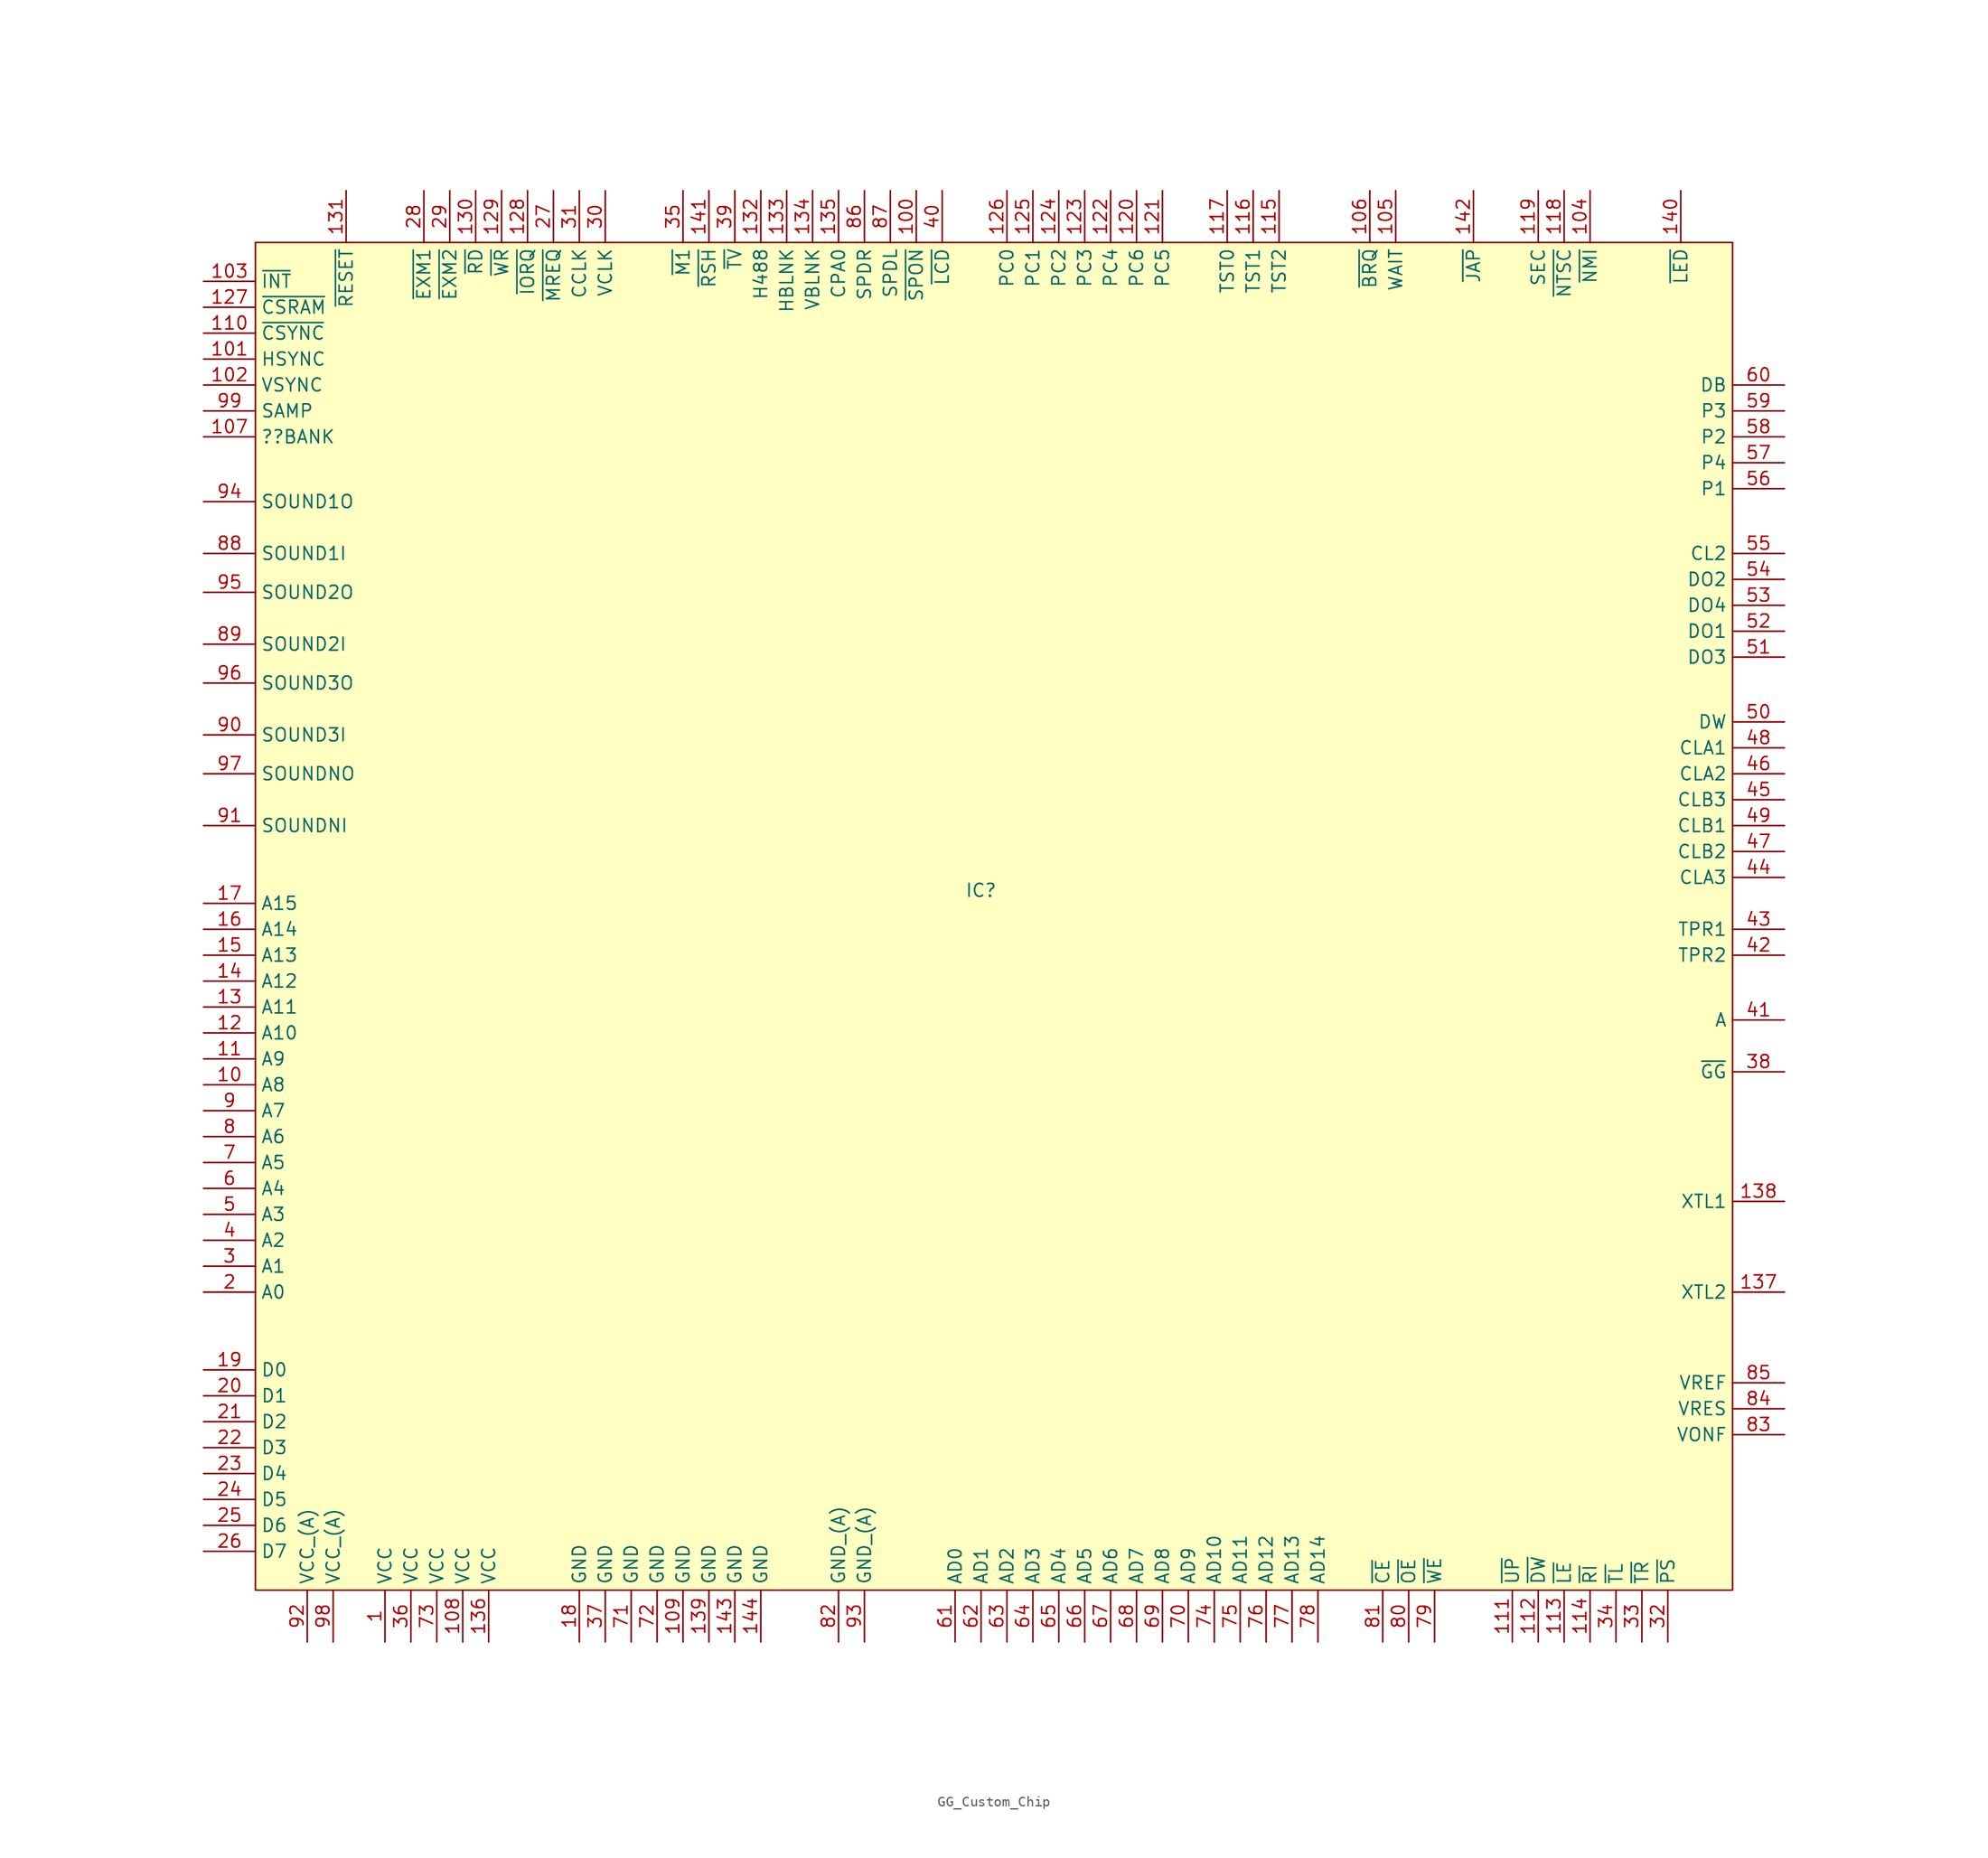
<source format=kicad_sym>
(kicad_symbol_lib
  (version 20220914)
  (generator kicad_symbol_editor)
  (symbol "GG_Custom_Chip"
    (property "Reference" "IC"
      (at -1.27 2.54 0)
      (effects (font (size 1.27 1.27))))
    (property "Value" ""
      (at -74.93 58.42 0)
      (effects (font (size 1.27 1.27))))
    (symbol "GG_Custom_Chip_0_1"
      (rectangle (start -72.39 66.04) (end 72.39 -66.04) (stroke (width 0) (type default)) (fill (type background))))
    (symbol "GG_Custom_Chip_1_1"
      (pin power_in line (at -59.69 -71.12 90) (length 5.08) (name "VCC" (effects (font (size 1.27 1.27)))) (number "1" (effects (font (size 1.27 1.27)))))
      (pin output line (at -77.47 -16.51 0) (length 5.08) (name "A8" (effects (font (size 1.27 1.27)))) (number "10" (effects (font (size 1.27 1.27)))))
      (pin input line (at -7.62 71.12 270) (length 5.08) (name "~{SPON}" (effects (font (size 1.27 1.27)))) (number "100" (effects (font (size 1.27 1.27)))))
      (pin output line (at -77.47 54.61 0) (length 5.08) (name "HSYNC" (effects (font (size 1.27 1.27)))) (number "101" (effects (font (size 1.27 1.27)))))
      (pin output line (at -77.47 52.07 0) (length 5.08) (name "VSYNC" (effects (font (size 1.27 1.27)))) (number "102" (effects (font (size 1.27 1.27)))))
      (pin input line (at -77.47 62.23 0) (length 5.08) (name "~{INT}" (effects (font (size 1.27 1.27)))) (number "103" (effects (font (size 1.27 1.27)))))
      (pin passive line (at 58.42 71.12 270) (length 5.08) (name "~{NMI}" (effects (font (size 1.27 1.27)))) (number "104" (effects (font (size 1.27 1.27)))))
      (pin input line (at 39.37 71.12 270) (length 5.08) (name "WAIT" (effects (font (size 1.27 1.27)))) (number "105" (effects (font (size 1.27 1.27)))))
      (pin input line (at 36.83 71.12 270) (length 5.08) (name "~{BRQ}" (effects (font (size 1.27 1.27)))) (number "106" (effects (font (size 1.27 1.27)))))
      (pin passive line (at -77.47 46.99 0) (length 5.08) (name "??BANK" (effects (font (size 1.27 1.27)))) (number "107" (effects (font (size 1.27 1.27)))))
      (pin power_in line (at -52.07 -71.12 90) (length 5.08) (name "VCC" (effects (font (size 1.27 1.27)))) (number "108" (effects (font (size 1.27 1.27)))))
      (pin power_in line (at -30.48 -71.12 90) (length 5.08) (name "GND" (effects (font (size 1.27 1.27)))) (number "109" (effects (font (size 1.27 1.27)))))
      (pin output line (at -77.47 -13.97 0) (length 5.08) (name "A9" (effects (font (size 1.27 1.27)))) (number "11" (effects (font (size 1.27 1.27)))))
      (pin output line (at -77.47 57.15 0) (length 5.08) (name "~{CSYNC}" (effects (font (size 1.27 1.27)))) (number "110" (effects (font (size 1.27 1.27)))))
      (pin input line (at 50.8 -71.12 90) (length 5.08) (name "~{UP}" (effects (font (size 1.27 1.27)))) (number "111" (effects (font (size 1.27 1.27)))))
      (pin input line (at 53.34 -71.12 90) (length 5.08) (name "~{DW}" (effects (font (size 1.27 1.27)))) (number "112" (effects (font (size 1.27 1.27)))))
      (pin input line (at 55.88 -71.12 90) (length 5.08) (name "~{LE}" (effects (font (size 1.27 1.27)))) (number "113" (effects (font (size 1.27 1.27)))))
      (pin input line (at 58.42 -71.12 90) (length 5.08) (name "~{RI}" (effects (font (size 1.27 1.27)))) (number "114" (effects (font (size 1.27 1.27)))))
      (pin input line (at 27.94 71.12 270) (length 5.08) (name "TST2" (effects (font (size 1.27 1.27)))) (number "115" (effects (font (size 1.27 1.27)))))
      (pin input line (at 25.4 71.12 270) (length 5.08) (name "TST1" (effects (font (size 1.27 1.27)))) (number "116" (effects (font (size 1.27 1.27)))))
      (pin input line (at 22.86 71.12 270) (length 5.08) (name "TST0" (effects (font (size 1.27 1.27)))) (number "117" (effects (font (size 1.27 1.27)))))
      (pin input line (at 55.88 71.12 270) (length 5.08) (name "~{NTSC}" (effects (font (size 1.27 1.27)))) (number "118" (effects (font (size 1.27 1.27)))))
      (pin input line (at 53.34 71.12 270) (length 5.08) (name "SEC" (effects (font (size 1.27 1.27)))) (number "119" (effects (font (size 1.27 1.27)))))
      (pin output line (at -77.47 -11.43 0) (length 5.08) (name "A10" (effects (font (size 1.27 1.27)))) (number "12" (effects (font (size 1.27 1.27)))))
      (pin bidirectional line (at 13.97 71.12 270) (length 5.08) (name "PC6" (effects (font (size 1.27 1.27)))) (number "120" (effects (font (size 1.27 1.27)))))
      (pin bidirectional line (at 16.51 71.12 270) (length 5.08) (name "PC5" (effects (font (size 1.27 1.27)))) (number "121" (effects (font (size 1.27 1.27)))))
      (pin bidirectional line (at 11.43 71.12 270) (length 5.08) (name "PC4" (effects (font (size 1.27 1.27)))) (number "122" (effects (font (size 1.27 1.27)))))
      (pin bidirectional line (at 8.89 71.12 270) (length 5.08) (name "PC3" (effects (font (size 1.27 1.27)))) (number "123" (effects (font (size 1.27 1.27)))))
      (pin bidirectional line (at 6.35 71.12 270) (length 5.08) (name "PC2" (effects (font (size 1.27 1.27)))) (number "124" (effects (font (size 1.27 1.27)))))
      (pin bidirectional line (at 3.81 71.12 270) (length 5.08) (name "PC1" (effects (font (size 1.27 1.27)))) (number "125" (effects (font (size 1.27 1.27)))))
      (pin bidirectional line (at 1.27 71.12 270) (length 5.08) (name "PC0" (effects (font (size 1.27 1.27)))) (number "126" (effects (font (size 1.27 1.27)))))
      (pin output line (at -77.47 59.69 0) (length 5.08) (name "~{CSRAM}" (effects (font (size 1.27 1.27)))) (number "127" (effects (font (size 1.27 1.27)))))
      (pin passive line (at -45.72 71.12 270) (length 5.08) (name "~{IORQ}" (effects (font (size 1.27 1.27)))) (number "128" (effects (font (size 1.27 1.27)))))
      (pin output line (at -48.26 71.12 270) (length 5.08) (name "~{WR}" (effects (font (size 1.27 1.27)))) (number "129" (effects (font (size 1.27 1.27)))))
      (pin output line (at -77.47 -8.89 0) (length 5.08) (name "A11" (effects (font (size 1.27 1.27)))) (number "13" (effects (font (size 1.27 1.27)))))
      (pin output line (at -50.8 71.12 270) (length 5.08) (name "~{RD}" (effects (font (size 1.27 1.27)))) (number "130" (effects (font (size 1.27 1.27)))))
      (pin input line (at -63.5 71.12 270) (length 5.08) (name "~{RESET}" (effects (font (size 1.27 1.27)))) (number "131" (effects (font (size 1.27 1.27)))))
      (pin passive line (at -22.86 71.12 270) (length 5.08) (name "H488" (effects (font (size 1.27 1.27)))) (number "132" (effects (font (size 1.27 1.27)))))
      (pin passive line (at -20.32 71.12 270) (length 5.08) (name "HBLNK" (effects (font (size 1.27 1.27)))) (number "133" (effects (font (size 1.27 1.27)))))
      (pin passive line (at -17.78 71.12 270) (length 5.08) (name "VBLNK" (effects (font (size 1.27 1.27)))) (number "134" (effects (font (size 1.27 1.27)))))
      (pin passive line (at -15.24 71.12 270) (length 5.08) (name "CPA0" (effects (font (size 1.27 1.27)))) (number "135" (effects (font (size 1.27 1.27)))))
      (pin power_in line (at -49.53 -71.12 90) (length 5.08) (name "VCC" (effects (font (size 1.27 1.27)))) (number "136" (effects (font (size 1.27 1.27)))))
      (pin passive line (at 77.47 -36.83 180) (length 5.08) (name "XTL2" (effects (font (size 1.27 1.27)))) (number "137" (effects (font (size 1.27 1.27)))))
      (pin passive line (at 77.47 -27.94 180) (length 5.08) (name "XTL1" (effects (font (size 1.27 1.27)))) (number "138" (effects (font (size 1.27 1.27)))))
      (pin power_in line (at -27.94 -71.12 90) (length 5.08) (name "GND" (effects (font (size 1.27 1.27)))) (number "139" (effects (font (size 1.27 1.27)))))
      (pin output line (at -77.47 -6.35 0) (length 5.08) (name "A12" (effects (font (size 1.27 1.27)))) (number "14" (effects (font (size 1.27 1.27)))))
      (pin passive line (at 67.31 71.12 270) (length 5.08) (name "~{LED}" (effects (font (size 1.27 1.27)))) (number "140" (effects (font (size 1.27 1.27)))))
      (pin passive line (at -27.94 71.12 270) (length 5.08) (name "~{RSH}" (effects (font (size 1.27 1.27)))) (number "141" (effects (font (size 1.27 1.27)))))
      (pin input line (at 46.99 71.12 270) (length 5.08) (name "~{JAP}" (effects (font (size 1.27 1.27)))) (number "142" (effects (font (size 1.27 1.27)))))
      (pin power_in line (at -25.4 -71.12 90) (length 5.08) (name "GND" (effects (font (size 1.27 1.27)))) (number "143" (effects (font (size 1.27 1.27)))))
      (pin power_in line (at -22.86 -71.12 90) (length 5.08) (name "GND" (effects (font (size 1.27 1.27)))) (number "144" (effects (font (size 1.27 1.27)))))
      (pin output line (at -77.47 -3.81 0) (length 5.08) (name "A13" (effects (font (size 1.27 1.27)))) (number "15" (effects (font (size 1.27 1.27)))))
      (pin output line (at -77.47 -1.27 0) (length 5.08) (name "A14" (effects (font (size 1.27 1.27)))) (number "16" (effects (font (size 1.27 1.27)))))
      (pin output line (at -77.47 1.27 0) (length 5.08) (name "A15" (effects (font (size 1.27 1.27)))) (number "17" (effects (font (size 1.27 1.27)))))
      (pin power_in line (at -40.64 -71.12 90) (length 5.08) (name "GND" (effects (font (size 1.27 1.27)))) (number "18" (effects (font (size 1.27 1.27)))))
      (pin output line (at -77.47 -44.45 0) (length 5.08) (name "D0" (effects (font (size 1.27 1.27)))) (number "19" (effects (font (size 1.27 1.27)))))
      (pin output line (at -77.47 -36.83 0) (length 5.08) (name "A0" (effects (font (size 1.27 1.27)))) (number "2" (effects (font (size 1.27 1.27)))))
      (pin output line (at -77.47 -46.99 0) (length 5.08) (name "D1" (effects (font (size 1.27 1.27)))) (number "20" (effects (font (size 1.27 1.27)))))
      (pin output line (at -77.47 -49.53 0) (length 5.08) (name "D2" (effects (font (size 1.27 1.27)))) (number "21" (effects (font (size 1.27 1.27)))))
      (pin output line (at -77.47 -52.07 0) (length 5.08) (name "D3" (effects (font (size 1.27 1.27)))) (number "22" (effects (font (size 1.27 1.27)))))
      (pin output line (at -77.47 -54.61 0) (length 5.08) (name "D4" (effects (font (size 1.27 1.27)))) (number "23" (effects (font (size 1.27 1.27)))))
      (pin output line (at -77.47 -57.15 0) (length 5.08) (name "D5" (effects (font (size 1.27 1.27)))) (number "24" (effects (font (size 1.27 1.27)))))
      (pin output line (at -77.47 -59.69 0) (length 5.08) (name "D6" (effects (font (size 1.27 1.27)))) (number "25" (effects (font (size 1.27 1.27)))))
      (pin output line (at -77.47 -62.23 0) (length 5.08) (name "D7" (effects (font (size 1.27 1.27)))) (number "26" (effects (font (size 1.27 1.27)))))
      (pin passive line (at -43.18 71.12 270) (length 5.08) (name "~{MREQ}" (effects (font (size 1.27 1.27)))) (number "27" (effects (font (size 1.27 1.27)))))
      (pin passive line (at -55.88 71.12 270) (length 5.08) (name "~{EXM1}" (effects (font (size 1.27 1.27)))) (number "28" (effects (font (size 1.27 1.27)))))
      (pin passive line (at -53.34 71.12 270) (length 5.08) (name "~{EXM2}" (effects (font (size 1.27 1.27)))) (number "29" (effects (font (size 1.27 1.27)))))
      (pin output line (at -77.47 -34.29 0) (length 5.08) (name "A1" (effects (font (size 1.27 1.27)))) (number "3" (effects (font (size 1.27 1.27)))))
      (pin passive line (at -38.1 71.12 270) (length 5.08) (name "VCLK" (effects (font (size 1.27 1.27)))) (number "30" (effects (font (size 1.27 1.27)))))
      (pin passive line (at -40.64 71.12 270) (length 5.08) (name "CCLK" (effects (font (size 1.27 1.27)))) (number "31" (effects (font (size 1.27 1.27)))))
      (pin input line (at 66.04 -71.12 90) (length 5.08) (name "~{PS}" (effects (font (size 1.27 1.27)))) (number "32" (effects (font (size 1.27 1.27)))))
      (pin input line (at 63.5 -71.12 90) (length 5.08) (name "~{TR}" (effects (font (size 1.27 1.27)))) (number "33" (effects (font (size 1.27 1.27)))))
      (pin input line (at 60.96 -71.12 90) (length 5.08) (name "~{TL}" (effects (font (size 1.27 1.27)))) (number "34" (effects (font (size 1.27 1.27)))))
      (pin passive line (at -30.48 71.12 270) (length 5.08) (name "~{M1}" (effects (font (size 1.27 1.27)))) (number "35" (effects (font (size 1.27 1.27)))))
      (pin power_in line (at -57.15 -71.12 90) (length 5.08) (name "VCC" (effects (font (size 1.27 1.27)))) (number "36" (effects (font (size 1.27 1.27)))))
      (pin power_in line (at -38.1 -71.12 90) (length 5.08) (name "GND" (effects (font (size 1.27 1.27)))) (number "37" (effects (font (size 1.27 1.27)))))
      (pin passive line (at 77.47 -15.24 180) (length 5.08) (name "~{GG}" (effects (font (size 1.27 1.27)))) (number "38" (effects (font (size 1.27 1.27)))))
      (pin passive line (at -25.4 71.12 270) (length 5.08) (name "~{TV}" (effects (font (size 1.27 1.27)))) (number "39" (effects (font (size 1.27 1.27)))))
      (pin output line (at -77.47 -31.75 0) (length 5.08) (name "A2" (effects (font (size 1.27 1.27)))) (number "4" (effects (font (size 1.27 1.27)))))
      (pin passive line (at -5.08 71.12 270) (length 5.08) (name "~{LCD}" (effects (font (size 1.27 1.27)))) (number "40" (effects (font (size 1.27 1.27)))))
      (pin passive line (at 77.47 -10.16 180) (length 5.08) (name "A" (effects (font (size 1.27 1.27)))) (number "41" (effects (font (size 1.27 1.27)))))
      (pin passive line (at 77.47 -3.81 180) (length 5.08) (name "TPR2" (effects (font (size 1.27 1.27)))) (number "42" (effects (font (size 1.27 1.27)))))
      (pin passive line (at 77.47 -1.27 180) (length 5.08) (name "TPR1" (effects (font (size 1.27 1.27)))) (number "43" (effects (font (size 1.27 1.27)))))
      (pin passive line (at 77.47 3.81 180) (length 5.08) (name "CLA3" (effects (font (size 1.27 1.27)))) (number "44" (effects (font (size 1.27 1.27)))))
      (pin passive line (at 77.47 11.43 180) (length 5.08) (name "CLB3" (effects (font (size 1.27 1.27)))) (number "45" (effects (font (size 1.27 1.27)))))
      (pin passive line (at 77.47 13.97 180) (length 5.08) (name "CLA2" (effects (font (size 1.27 1.27)))) (number "46" (effects (font (size 1.27 1.27)))))
      (pin passive line (at 77.47 6.35 180) (length 5.08) (name "CLB2" (effects (font (size 1.27 1.27)))) (number "47" (effects (font (size 1.27 1.27)))))
      (pin passive line (at 77.47 16.51 180) (length 5.08) (name "CLA1" (effects (font (size 1.27 1.27)))) (number "48" (effects (font (size 1.27 1.27)))))
      (pin passive line (at 77.47 8.89 180) (length 5.08) (name "CLB1" (effects (font (size 1.27 1.27)))) (number "49" (effects (font (size 1.27 1.27)))))
      (pin output line (at -77.47 -29.21 0) (length 5.08) (name "A3" (effects (font (size 1.27 1.27)))) (number "5" (effects (font (size 1.27 1.27)))))
      (pin passive line (at 77.47 19.05 180) (length 5.08) (name "DW" (effects (font (size 1.27 1.27)))) (number "50" (effects (font (size 1.27 1.27)))))
      (pin passive line (at 77.47 25.4 180) (length 5.08) (name "DO3" (effects (font (size 1.27 1.27)))) (number "51" (effects (font (size 1.27 1.27)))))
      (pin passive line (at 77.47 27.94 180) (length 5.08) (name "DO1" (effects (font (size 1.27 1.27)))) (number "52" (effects (font (size 1.27 1.27)))))
      (pin passive line (at 77.47 30.48 180) (length 5.08) (name "DO4" (effects (font (size 1.27 1.27)))) (number "53" (effects (font (size 1.27 1.27)))))
      (pin passive line (at 77.47 33.02 180) (length 5.08) (name "DO2" (effects (font (size 1.27 1.27)))) (number "54" (effects (font (size 1.27 1.27)))))
      (pin passive line (at 77.47 35.56 180) (length 5.08) (name "CL2" (effects (font (size 1.27 1.27)))) (number "55" (effects (font (size 1.27 1.27)))))
      (pin passive line (at 77.47 41.91 180) (length 5.08) (name "P1" (effects (font (size 1.27 1.27)))) (number "56" (effects (font (size 1.27 1.27)))))
      (pin passive line (at 77.47 44.45 180) (length 5.08) (name "P4" (effects (font (size 1.27 1.27)))) (number "57" (effects (font (size 1.27 1.27)))))
      (pin passive line (at 77.47 46.99 180) (length 5.08) (name "P2" (effects (font (size 1.27 1.27)))) (number "58" (effects (font (size 1.27 1.27)))))
      (pin passive line (at 77.47 49.53 180) (length 5.08) (name "P3" (effects (font (size 1.27 1.27)))) (number "59" (effects (font (size 1.27 1.27)))))
      (pin output line (at -77.47 -26.67 0) (length 5.08) (name "A4" (effects (font (size 1.27 1.27)))) (number "6" (effects (font (size 1.27 1.27)))))
      (pin passive line (at 77.47 52.07 180) (length 5.08) (name "DB" (effects (font (size 1.27 1.27)))) (number "60" (effects (font (size 1.27 1.27)))))
      (pin output line (at -3.81 -71.12 90) (length 5.08) (name "AD0" (effects (font (size 1.27 1.27)))) (number "61" (effects (font (size 1.27 1.27)))))
      (pin output line (at -1.27 -71.12 90) (length 5.08) (name "AD1" (effects (font (size 1.27 1.27)))) (number "62" (effects (font (size 1.27 1.27)))))
      (pin output line (at 1.27 -71.12 90) (length 5.08) (name "AD2" (effects (font (size 1.27 1.27)))) (number "63" (effects (font (size 1.27 1.27)))))
      (pin output line (at 3.81 -71.12 90) (length 5.08) (name "AD3" (effects (font (size 1.27 1.27)))) (number "64" (effects (font (size 1.27 1.27)))))
      (pin output line (at 6.35 -71.12 90) (length 5.08) (name "AD4" (effects (font (size 1.27 1.27)))) (number "65" (effects (font (size 1.27 1.27)))))
      (pin output line (at 8.89 -71.12 90) (length 5.08) (name "AD5" (effects (font (size 1.27 1.27)))) (number "66" (effects (font (size 1.27 1.27)))))
      (pin output line (at 11.43 -71.12 90) (length 5.08) (name "AD6" (effects (font (size 1.27 1.27)))) (number "67" (effects (font (size 1.27 1.27)))))
      (pin output line (at 13.97 -71.12 90) (length 5.08) (name "AD7" (effects (font (size 1.27 1.27)))) (number "68" (effects (font (size 1.27 1.27)))))
      (pin output line (at 16.51 -71.12 90) (length 5.08) (name "AD8" (effects (font (size 1.27 1.27)))) (number "69" (effects (font (size 1.27 1.27)))))
      (pin output line (at -77.47 -24.13 0) (length 5.08) (name "A5" (effects (font (size 1.27 1.27)))) (number "7" (effects (font (size 1.27 1.27)))))
      (pin output line (at 19.05 -71.12 90) (length 5.08) (name "AD9" (effects (font (size 1.27 1.27)))) (number "70" (effects (font (size 1.27 1.27)))))
      (pin power_in line (at -35.56 -71.12 90) (length 5.08) (name "GND" (effects (font (size 1.27 1.27)))) (number "71" (effects (font (size 1.27 1.27)))))
      (pin power_in line (at -33.02 -71.12 90) (length 5.08) (name "GND" (effects (font (size 1.27 1.27)))) (number "72" (effects (font (size 1.27 1.27)))))
      (pin power_in line (at -54.61 -71.12 90) (length 5.08) (name "VCC" (effects (font (size 1.27 1.27)))) (number "73" (effects (font (size 1.27 1.27)))))
      (pin output line (at 21.59 -71.12 90) (length 5.08) (name "AD10" (effects (font (size 1.27 1.27)))) (number "74" (effects (font (size 1.27 1.27)))))
      (pin output line (at 24.13 -71.12 90) (length 5.08) (name "AD11" (effects (font (size 1.27 1.27)))) (number "75" (effects (font (size 1.27 1.27)))))
      (pin output line (at 26.67 -71.12 90) (length 5.08) (name "AD12" (effects (font (size 1.27 1.27)))) (number "76" (effects (font (size 1.27 1.27)))))
      (pin output line (at 29.21 -71.12 90) (length 5.08) (name "AD13" (effects (font (size 1.27 1.27)))) (number "77" (effects (font (size 1.27 1.27)))))
      (pin output line (at 31.75 -71.12 90) (length 5.08) (name "AD14" (effects (font (size 1.27 1.27)))) (number "78" (effects (font (size 1.27 1.27)))))
      (pin output line (at 43.18 -71.12 90) (length 5.08) (name "~{WE}" (effects (font (size 1.27 1.27)))) (number "79" (effects (font (size 1.27 1.27)))))
      (pin output line (at -77.47 -21.59 0) (length 5.08) (name "A6" (effects (font (size 1.27 1.27)))) (number "8" (effects (font (size 1.27 1.27)))))
      (pin output line (at 40.64 -71.12 90) (length 5.08) (name "~{OE}" (effects (font (size 1.27 1.27)))) (number "80" (effects (font (size 1.27 1.27)))))
      (pin output line (at 38.1 -71.12 90) (length 5.08) (name "~{CE}" (effects (font (size 1.27 1.27)))) (number "81" (effects (font (size 1.27 1.27)))))
      (pin power_in line (at -15.24 -71.12 90) (length 5.08) (name "GND_(A)" (effects (font (size 1.27 1.27)))) (number "82" (effects (font (size 1.27 1.27)))))
      (pin passive line (at 77.47 -50.8 180) (length 5.08) (name "VONF" (effects (font (size 1.27 1.27)))) (number "83" (effects (font (size 1.27 1.27)))))
      (pin passive line (at 77.47 -48.26 180) (length 5.08) (name "VRES" (effects (font (size 1.27 1.27)))) (number "84" (effects (font (size 1.27 1.27)))))
      (pin passive line (at 77.47 -45.72 180) (length 5.08) (name "VREF" (effects (font (size 1.27 1.27)))) (number "85" (effects (font (size 1.27 1.27)))))
      (pin passive line (at -12.7 71.12 270) (length 5.08) (name "SPDR" (effects (font (size 1.27 1.27)))) (number "86" (effects (font (size 1.27 1.27)))))
      (pin passive line (at -10.16 71.12 270) (length 5.08) (name "SPDL" (effects (font (size 1.27 1.27)))) (number "87" (effects (font (size 1.27 1.27)))))
      (pin passive line (at -77.47 35.56 0) (length 5.08) (name "SOUND1I" (effects (font (size 1.27 1.27)))) (number "88" (effects (font (size 1.27 1.27)))))
      (pin passive line (at -77.47 26.67 0) (length 5.08) (name "SOUND2I" (effects (font (size 1.27 1.27)))) (number "89" (effects (font (size 1.27 1.27)))))
      (pin output line (at -77.47 -19.05 0) (length 5.08) (name "A7" (effects (font (size 1.27 1.27)))) (number "9" (effects (font (size 1.27 1.27)))))
      (pin passive line (at -77.47 17.78 0) (length 5.08) (name "SOUND3I" (effects (font (size 1.27 1.27)))) (number "90" (effects (font (size 1.27 1.27)))))
      (pin passive line (at -77.47 8.89 0) (length 5.08) (name "SOUNDNI" (effects (font (size 1.27 1.27)))) (number "91" (effects (font (size 1.27 1.27)))))
      (pin power_in line (at -67.31 -71.12 90) (length 5.08) (name "VCC_(A)" (effects (font (size 1.27 1.27)))) (number "92" (effects (font (size 1.27 1.27)))))
      (pin power_in line (at -12.7 -71.12 90) (length 5.08) (name "GND_(A)" (effects (font (size 1.27 1.27)))) (number "93" (effects (font (size 1.27 1.27)))))
      (pin passive line (at -77.47 40.64 0) (length 5.08) (name "SOUND1O" (effects (font (size 1.27 1.27)))) (number "94" (effects (font (size 1.27 1.27)))))
      (pin passive line (at -77.47 31.75 0) (length 5.08) (name "SOUND2O" (effects (font (size 1.27 1.27)))) (number "95" (effects (font (size 1.27 1.27)))))
      (pin passive line (at -77.47 22.86 0) (length 5.08) (name "SOUND3O" (effects (font (size 1.27 1.27)))) (number "96" (effects (font (size 1.27 1.27)))))
      (pin passive line (at -77.47 13.97 0) (length 5.08) (name "SOUNDNO" (effects (font (size 1.27 1.27)))) (number "97" (effects (font (size 1.27 1.27)))))
      (pin power_in line (at -64.77 -71.12 90) (length 5.08) (name "VCC_(A)" (effects (font (size 1.27 1.27)))) (number "98" (effects (font (size 1.27 1.27)))))
      (pin output line (at -77.47 49.53 0) (length 5.08) (name "SAMP" (effects (font (size 1.27 1.27)))) (number "99" (effects (font (size 1.27 1.27))))))))
</source>
